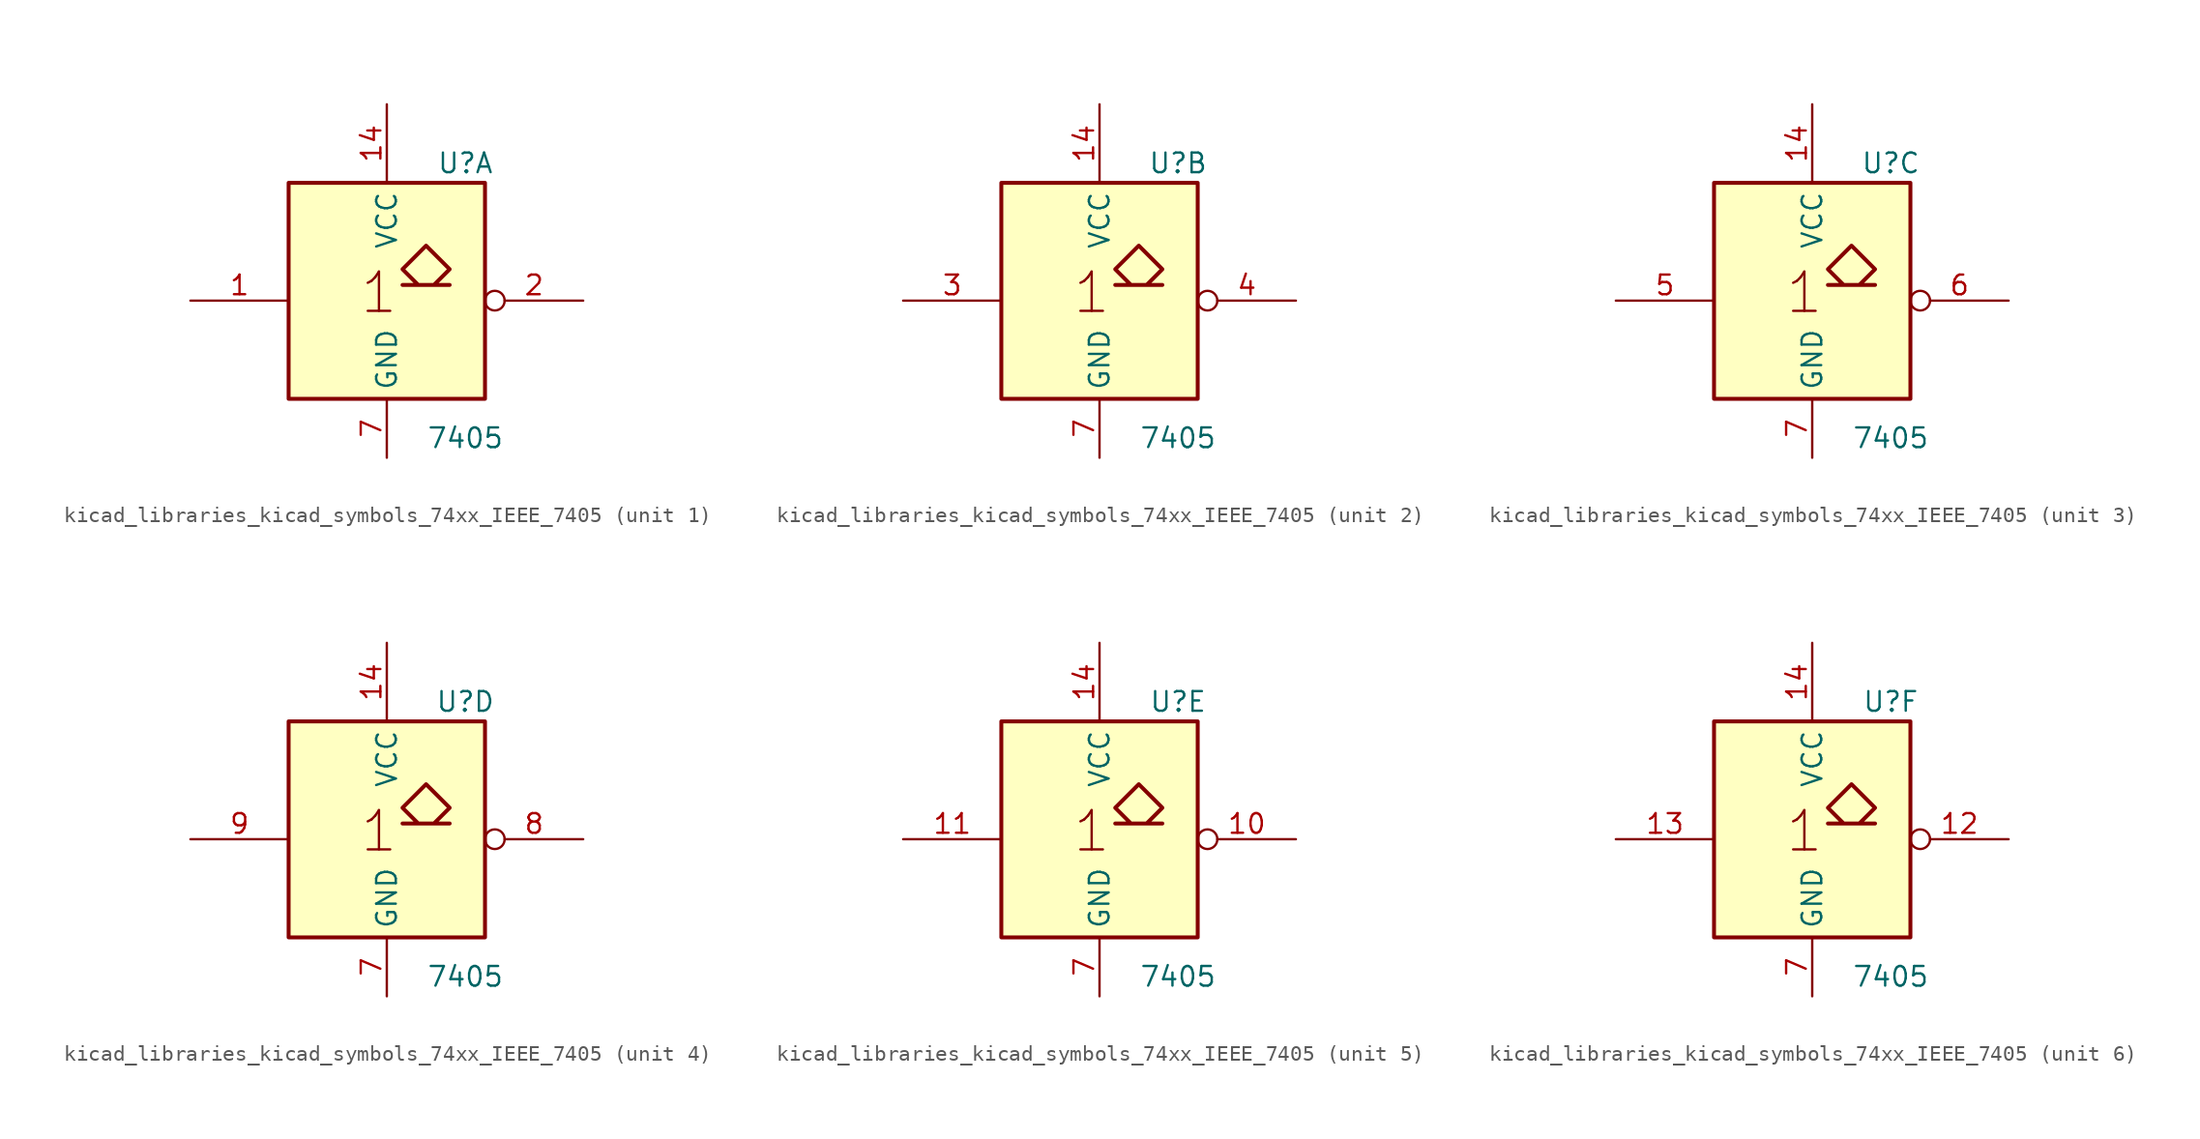
<source format=kicad_sym>
(kicad_symbol_lib
  (version 20220914)
  (generator kicad_symbol_editor)
  (symbol "kicad_libraries_kicad_symbols_74xx_IEEE_7405"
    (property "Reference" "U"
      (at 5.08 8.89 0)
      (effects (font (size 1.27 1.27))))
    (property "Value" "7405"
      (at 5.08 -8.89 0)
      (effects (font (size 1.27 1.27))))
    (symbol "kicad_libraries_kicad_symbols_74xx_IEEE_7405_0_0"
      (text "1" (at -0.508 0.508 0) (effects (font (size 2.54 2.54)))))
    (symbol "kicad_libraries_kicad_symbols_74xx_IEEE_7405_0_1"
      (rectangle (start -6.35 7.62) (end 6.35 -6.35) (stroke (width 0.254) (type default)) (fill (type background)))
      (polyline (pts (xy 3.048 1.016) (xy 4.064 2.032) (xy 2.54 3.556) (xy 1.016 2.032) (xy 2.032 1.016) (xy 1.016 1.016) (xy 4.064 1.016) (xy 4.064 1.016)) (stroke (width 0.254) (type default)) (fill (type background)))
      (pin power_in line (at 0 12.7 270) (length 5.08) (name "VCC" (effects (font (size 1.27 1.27)))) (number "14" (effects (font (size 1.27 1.27)))))
      (pin power_in line (at 0 -10.16 90) (length 3.81) (name "GND" (effects (font (size 1.27 1.27)))) (number "7" (effects (font (size 1.27 1.27))))))
    (symbol "kicad_libraries_kicad_symbols_74xx_IEEE_7405_1_1"
      (pin input line (at -12.7 0 0) (length 6.35) (name "~" (effects (font (size 1.27 1.27)))) (number "1" (effects (font (size 1.27 1.27)))))
      (pin open_collector inverted (at 12.7 0 180) (length 6.35) (name "~" (effects (font (size 1.27 1.27)))) (number "2" (effects (font (size 1.27 1.27))))))
    (symbol "kicad_libraries_kicad_symbols_74xx_IEEE_7405_2_1"
      (pin input line (at -12.7 0 0) (length 6.35) (name "~" (effects (font (size 1.27 1.27)))) (number "3" (effects (font (size 1.27 1.27)))))
      (pin open_collector inverted (at 12.7 0 180) (length 6.35) (name "~" (effects (font (size 1.27 1.27)))) (number "4" (effects (font (size 1.27 1.27))))))
    (symbol "kicad_libraries_kicad_symbols_74xx_IEEE_7405_3_1"
      (pin input line (at -12.7 0 0) (length 6.35) (name "~" (effects (font (size 1.27 1.27)))) (number "5" (effects (font (size 1.27 1.27)))))
      (pin open_collector inverted (at 12.7 0 180) (length 6.35) (name "~" (effects (font (size 1.27 1.27)))) (number "6" (effects (font (size 1.27 1.27))))))
    (symbol "kicad_libraries_kicad_symbols_74xx_IEEE_7405_4_1"
      (pin open_collector inverted (at 12.7 0 180) (length 6.35) (name "~" (effects (font (size 1.27 1.27)))) (number "8" (effects (font (size 1.27 1.27)))))
      (pin input line (at -12.7 0 0) (length 6.35) (name "~" (effects (font (size 1.27 1.27)))) (number "9" (effects (font (size 1.27 1.27))))))
    (symbol "kicad_libraries_kicad_symbols_74xx_IEEE_7405_5_1"
      (pin open_collector inverted (at 12.7 0 180) (length 6.35) (name "~" (effects (font (size 1.27 1.27)))) (number "10" (effects (font (size 1.27 1.27)))))
      (pin input line (at -12.7 0 0) (length 6.35) (name "~" (effects (font (size 1.27 1.27)))) (number "11" (effects (font (size 1.27 1.27))))))
    (symbol "kicad_libraries_kicad_symbols_74xx_IEEE_7405_6_1"
      (pin open_collector inverted (at 12.7 0 180) (length 6.35) (name "~" (effects (font (size 1.27 1.27)))) (number "12" (effects (font (size 1.27 1.27)))))
      (pin input line (at -12.7 0 0) (length 6.35) (name "~" (effects (font (size 1.27 1.27)))) (number "13" (effects (font (size 1.27 1.27))))))))
</source>
